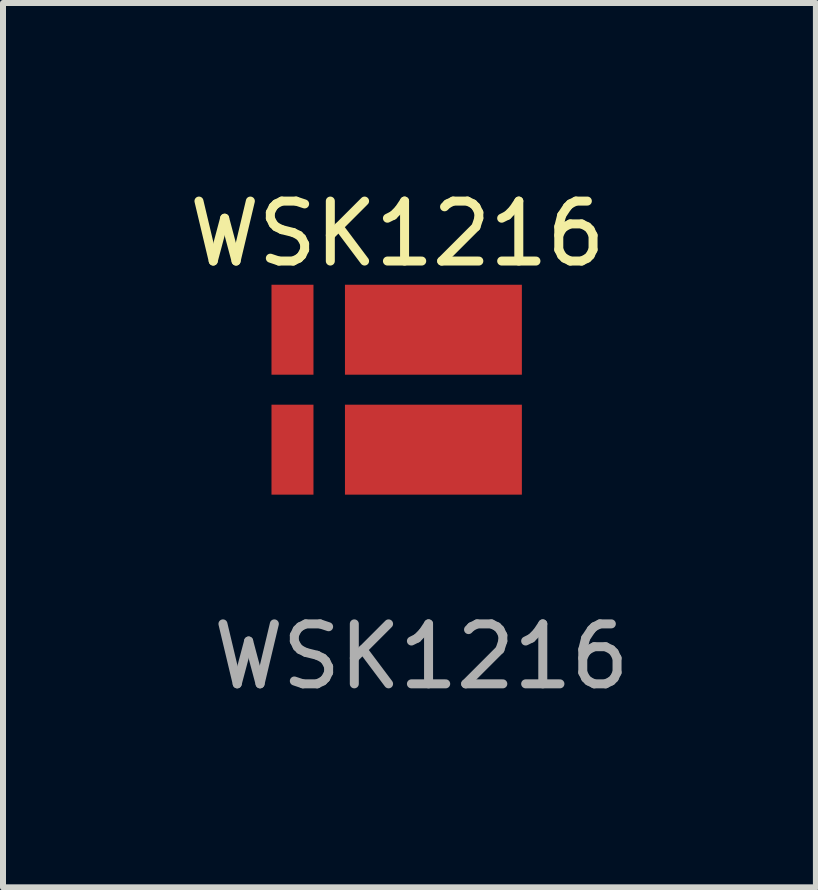
<source format=kicad_pcb>
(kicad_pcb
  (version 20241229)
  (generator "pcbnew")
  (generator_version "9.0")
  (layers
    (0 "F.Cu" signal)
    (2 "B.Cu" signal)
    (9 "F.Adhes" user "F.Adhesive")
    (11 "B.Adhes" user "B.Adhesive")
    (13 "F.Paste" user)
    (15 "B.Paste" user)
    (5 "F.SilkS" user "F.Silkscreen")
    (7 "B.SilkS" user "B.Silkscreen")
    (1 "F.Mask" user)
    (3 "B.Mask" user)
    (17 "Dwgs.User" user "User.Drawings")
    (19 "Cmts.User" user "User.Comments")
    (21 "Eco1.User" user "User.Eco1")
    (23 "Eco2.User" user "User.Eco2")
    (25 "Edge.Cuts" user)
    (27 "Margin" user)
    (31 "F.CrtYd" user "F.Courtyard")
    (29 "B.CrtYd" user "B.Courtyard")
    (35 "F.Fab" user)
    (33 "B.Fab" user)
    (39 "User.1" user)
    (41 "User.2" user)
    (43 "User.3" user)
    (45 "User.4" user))
  (footprint "WSK1216"
    (layer "F.Cu")
    (at 1.827 3.448)
    (property "Reference" "WSK1216" (at 1.75 -2.6 0) (unlocked yes) (layer "F.SilkS") (effects (font (size 1 1) (thickness 0.15))))
    (attr smd)
    (fp_text user "${REFERENCE}" (at 2.15 4.45 0) (unlocked yes) (layer "F.Fab") (effects (font (size 1 1) (thickness 0.15))))
    (pad "1" smd rect (at 2.35 -1) (size 2.95 1.5) (layers "F.Cu" "F.Mask" "F.Paste"))
    (pad "2" smd rect (at 0 -1) (size 0.7 1.5) (layers "F.Cu" "F.Mask" "F.Paste"))
    (pad "3" smd rect (at 0 1) (size 0.7 1.5) (layers "F.Cu" "F.Mask" "F.Paste"))
    (pad "4" smd rect (at 2.35 1) (size 2.95 1.5) (layers "F.Cu" "F.Mask" "F.Paste")))
  (gr_rect
    (start -3 -3)
    (end 10.555 11.746)
    (stroke (width 0.1) (type default))
    (fill no)
    (layer "Edge.Cuts")))
</source>
